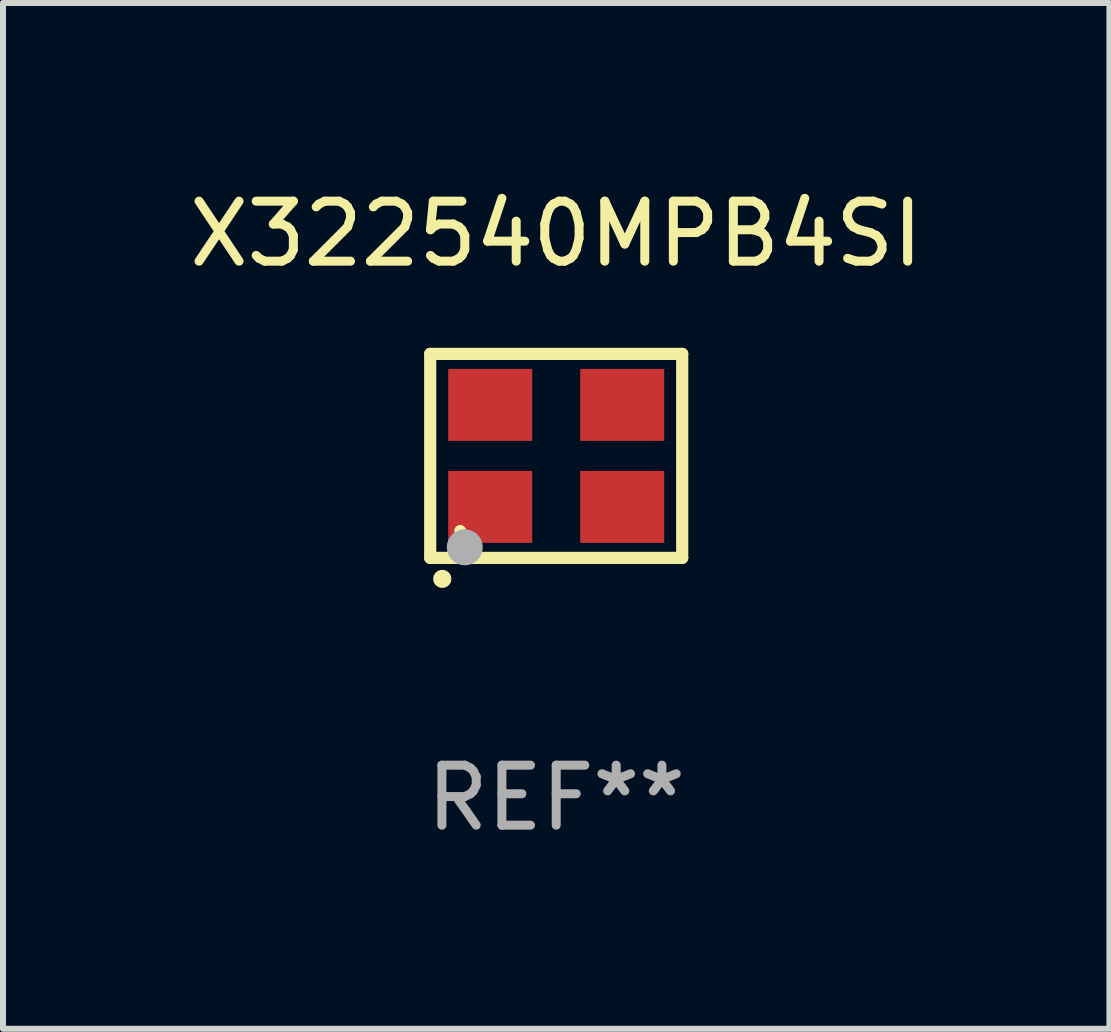
<source format=kicad_pcb>
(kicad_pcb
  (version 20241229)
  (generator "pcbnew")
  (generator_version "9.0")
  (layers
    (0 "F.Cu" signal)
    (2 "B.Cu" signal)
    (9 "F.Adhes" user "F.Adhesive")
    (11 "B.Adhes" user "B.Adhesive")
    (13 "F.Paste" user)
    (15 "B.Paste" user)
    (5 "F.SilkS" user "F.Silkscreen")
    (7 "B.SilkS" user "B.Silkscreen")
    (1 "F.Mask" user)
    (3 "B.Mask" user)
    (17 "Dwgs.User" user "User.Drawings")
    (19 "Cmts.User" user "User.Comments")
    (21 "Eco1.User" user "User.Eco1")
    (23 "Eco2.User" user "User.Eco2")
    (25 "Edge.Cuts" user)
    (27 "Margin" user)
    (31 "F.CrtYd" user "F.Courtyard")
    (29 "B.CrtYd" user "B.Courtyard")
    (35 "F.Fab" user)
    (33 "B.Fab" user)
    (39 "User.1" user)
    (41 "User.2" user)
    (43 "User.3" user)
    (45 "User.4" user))
  (footprint "X322540MPB4SI"
    (layer "F.Cu")
    (at 6.22 4.548)
    (property "Reference" "X322540MPB4SI" (at 0 -3.7 0) (layer "F.SilkS") (effects (font (size 1 1) (thickness 0.15))))
    (attr through_hole)
    (fp_line (start -2.1 -1.7) (end -2.1 1.7) (stroke (width 0.203) (type solid)) (layer "F.SilkS"))
    (fp_line (start -2.1 1.7) (end 2.1 1.7) (stroke (width 0.203) (type solid)) (layer "F.SilkS"))
    (fp_line (start 2.1 -1.7) (end -2.1 -1.7) (stroke (width 0.203) (type solid)) (layer "F.SilkS"))
    (fp_line (start 2.1 1.7) (end 2.1 -1.7) (stroke (width 0.203) (type solid)) (layer "F.SilkS"))
    (fp_arc (start -1.899924 2.049784) (mid -1.898654 2.049779) (end -1.897384 2.049784) (stroke (width 0.3) (type solid)) (layer "F.SilkS"))
    (fp_circle (center -1.6 1.25) (end -1.55 1.25) (stroke (width 0.1) (type solid)) (fill no) (layer "F.SilkS"))
    (fp_circle (center -1.524 1.524) (end -1.374 1.524) (stroke (width 0.3) (type solid)) (fill no) (layer "F.Fab"))
    (fp_text user "REF**" (at 0 5.7 0) (layer "F.Fab") (effects (font (size 1 1) (thickness 0.15))))
    (pad "1" smd rect (at -1.1 0.85) (size 1.4 1.2) (layers "F.Cu" "F.Mask" "F.Paste"))
    (pad "2" smd rect (at 1.1 0.85) (size 1.4 1.2) (layers "F.Cu" "F.Mask" "F.Paste"))
    (pad "3" smd rect (at 1.1 -0.85) (size 1.4 1.2) (layers "F.Cu" "F.Mask" "F.Paste"))
    (pad "4" smd rect (at -1.1 -0.85) (size 1.4 1.2) (layers "F.Cu" "F.Mask" "F.Paste")))
  (gr_rect
    (start -3 -3)
    (end 15.44 14.097)
    (stroke (width 0.1) (type default))
    (fill no)
    (layer "Edge.Cuts")))
</source>
